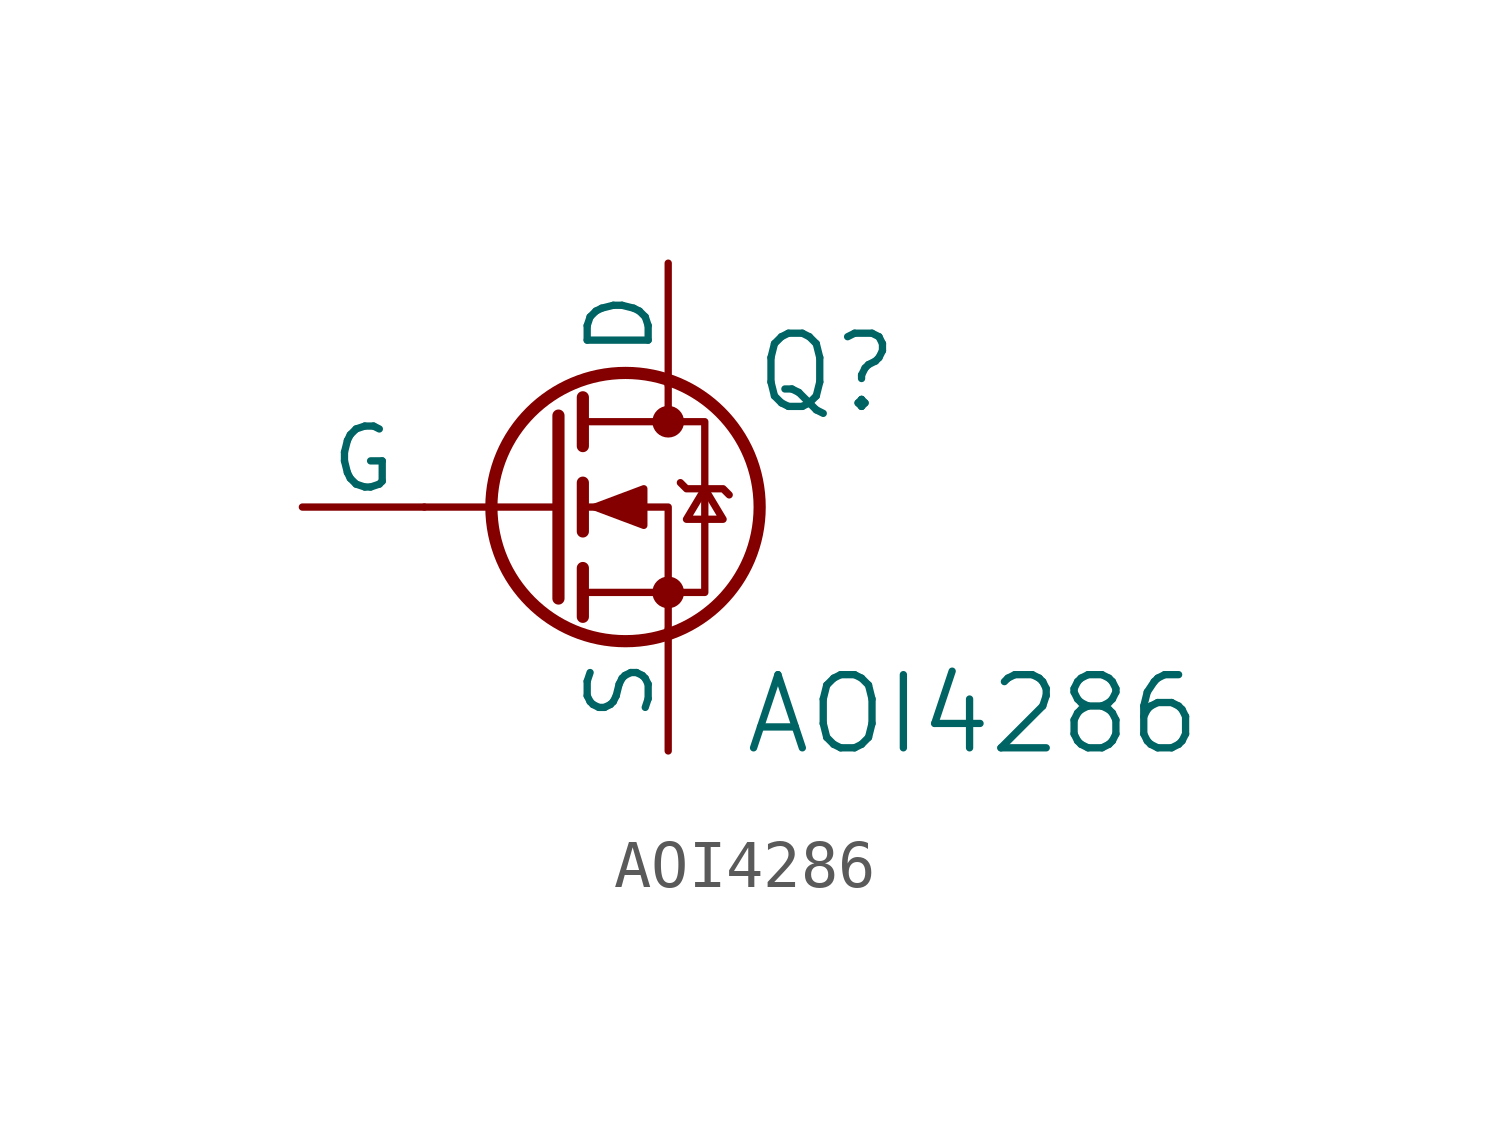
<source format=kicad_sym>
(kicad_symbol_lib
  (version 20211014)
  (generator kicad_symbol_editor)
  (symbol "AOI4286"
    (pin_numbers hide)
    (pin_names
      (offset 0))
    (property "Reference" "Q"
      (at 10.922 2.794 0)
      (effects (font (size 1.524 1.524))))
    (property "Value" "AOI4286"
      (at 13.97 -4.318 0)
      (effects (font (size 1.524 1.524))))
    (property "Datasheet" ""
      (at 0 0 0)
      (effects (font (size 1.524 1.524))))
    (symbol "AOI4286_0_1"
      (polyline (pts (xy 5.334 0) (xy 2.54 0)) (stroke (width 0) (type default) (color 0 0 0 0)) (fill (type none)))
      (polyline (pts (xy 5.334 1.905) (xy 5.334 -1.905)) (stroke (width 0.254) (type default) (color 0 0 0 0)) (fill (type none)))
      (polyline (pts (xy 5.842 -1.27) (xy 5.842 -2.286)) (stroke (width 0.254) (type default) (color 0 0 0 0)) (fill (type none)))
      (polyline (pts (xy 5.842 0.508) (xy 5.842 -0.508)) (stroke (width 0.254) (type default) (color 0 0 0 0)) (fill (type none)))
      (polyline (pts (xy 5.842 2.286) (xy 5.842 1.27)) (stroke (width 0.254) (type default) (color 0 0 0 0)) (fill (type none)))
      (polyline (pts (xy 7.62 2.54) (xy 7.62 1.778)) (stroke (width 0) (type default) (color 0 0 0 0)) (fill (type none)))
      (polyline (pts (xy 7.62 -2.54) (xy 7.62 0) (xy 5.842 0)) (stroke (width 0) (type default) (color 0 0 0 0)) (fill (type none)))
      (polyline (pts (xy 5.842 -1.778) (xy 8.382 -1.778) (xy 8.382 1.778) (xy 5.842 1.778)) (stroke (width 0) (type default) (color 0 0 0 0)) (fill (type none)))
      (polyline (pts (xy 6.096 0) (xy 7.112 0.381) (xy 7.112 -0.381) (xy 6.096 0)) (stroke (width 0) (type default) (color 0 0 0 0)) (fill (type outline)))
      (polyline (pts (xy 7.874 0.508) (xy 8.001 0.381) (xy 8.763 0.381) (xy 8.89 0.254)) (stroke (width 0) (type default) (color 0 0 0 0)) (fill (type none)))
      (polyline (pts (xy 8.382 0.381) (xy 8.001 -0.254) (xy 8.763 -0.254) (xy 8.382 0.381)) (stroke (width 0) (type default) (color 0 0 0 0)) (fill (type none)))
      (circle (center 6.731 0) (radius 2.794) (stroke (width 0.254) (type default) (color 0 0 0 0)) (fill (type none)))
      (circle (center 7.62 -1.778) (radius 0.254) (stroke (width 0) (type default) (color 0 0 0 0)) (fill (type outline)))
      (circle (center 7.62 1.778) (radius 0.254) (stroke (width 0) (type default) (color 0 0 0 0)) (fill (type outline))))
    (symbol "AOI4286_1_1"
      (pin input line (at 0 0 0) (length 2.54) (name "G" (effects (font (size 1.27 1.27)))) (number "1" (effects (font (size 1.27 1.27)))))
      (pin passive line (at 7.62 5.08 270) (length 2.54) (name "D" (effects (font (size 1.27 1.27)))) (number "2" (effects (font (size 1.27 1.27)))))
      (pin passive line (at 7.62 -5.08 90) (length 2.54) (name "S" (effects (font (size 1.27 1.27)))) (number "3" (effects (font (size 1.27 1.27))))))))
</source>
